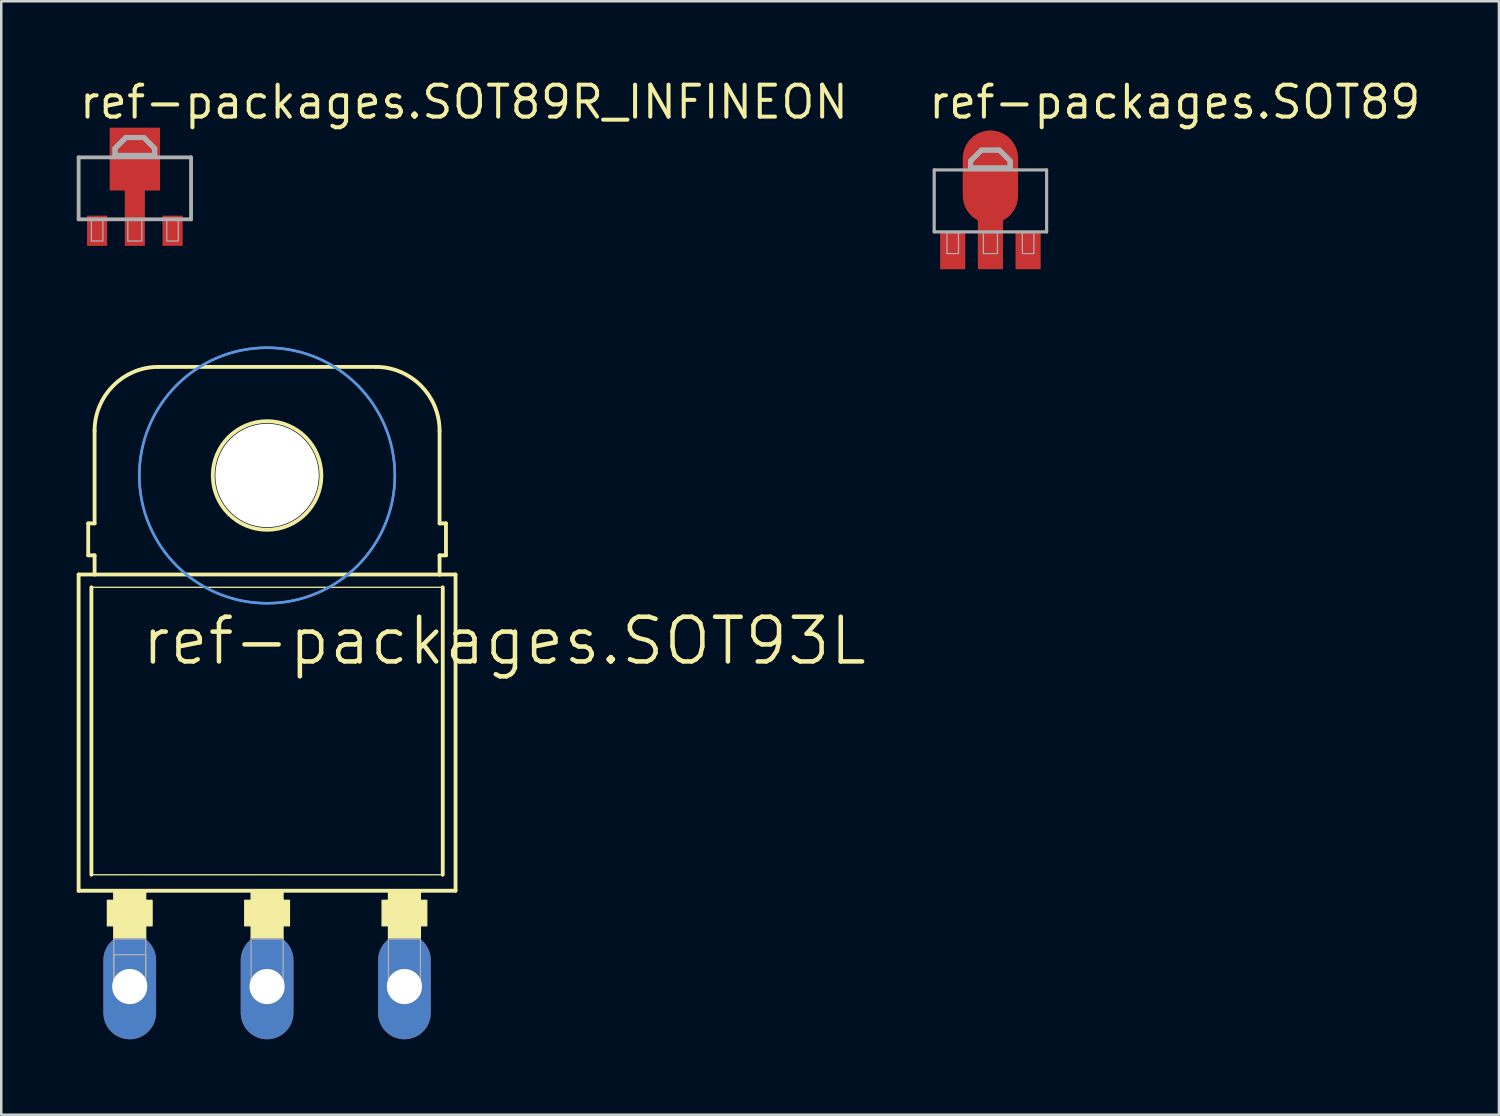
<source format=kicad_pcb>
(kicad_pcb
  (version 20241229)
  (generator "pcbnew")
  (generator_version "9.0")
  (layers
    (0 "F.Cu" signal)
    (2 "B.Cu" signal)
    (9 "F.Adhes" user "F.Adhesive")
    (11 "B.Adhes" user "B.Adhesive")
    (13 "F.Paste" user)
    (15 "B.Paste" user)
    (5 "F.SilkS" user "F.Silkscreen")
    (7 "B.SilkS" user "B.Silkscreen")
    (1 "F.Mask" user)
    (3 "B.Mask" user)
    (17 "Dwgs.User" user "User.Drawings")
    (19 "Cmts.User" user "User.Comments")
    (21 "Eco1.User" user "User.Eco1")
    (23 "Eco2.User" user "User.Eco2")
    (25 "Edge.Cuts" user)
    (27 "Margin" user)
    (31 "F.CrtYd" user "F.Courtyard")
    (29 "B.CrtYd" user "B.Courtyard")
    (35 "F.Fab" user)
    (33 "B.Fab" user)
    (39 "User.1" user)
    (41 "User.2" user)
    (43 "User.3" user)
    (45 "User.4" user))
  (footprint "ref-packages.SOT89"
    (layer "F.Cu")
    (at 36.328 4.925)
    (property "Reference" "ref-packages.SOT89" (at -2.54 -3.175 0) (layer "F.SilkS") (effects (font (size 1.27 1.27) (thickness 0.16)) (justify left bottom)))
    (attr smd)
    (fp_rect (start -2.025 2.775) (end -0.975 1.2) (stroke (width 0.05) (type default)) (fill yes) (layer "F.Mask"))
    (fp_rect (start -0.525 2.775) (end 0.525 1.2) (stroke (width 0.05) (type default)) (fill yes) (layer "F.Mask"))
    (fp_rect (start 0.975 2.775) (end 2.025 1.2) (stroke (width 0.05) (type default)) (fill yes) (layer "F.Mask"))
    (fp_rect (start -1.9 2.68) (end -1.1 1.28) (stroke (width 0.05) (type default)) (fill yes) (layer "F.Paste"))
    (fp_rect (start -0.4 2.68) (end 0.4 1.28) (stroke (width 0.05) (type default)) (fill yes) (layer "F.Paste"))
    (fp_rect (start 1.1 2.68) (end 1.9 1.28) (stroke (width 0.05) (type default)) (fill yes) (layer "F.Paste"))
    (fp_line (start -2.235 -1.219) (end 2.235 -1.219) (stroke (width 0.127) (type default)) (layer "F.Fab"))
    (fp_line (start -2.235 1.245) (end -2.235 -1.219) (stroke (width 0.127) (type default)) (layer "F.Fab"))
    (fp_line (start -0.787 -1.575) (end -0.356 -2.007) (stroke (width 0.2) (type default)) (layer "F.Fab"))
    (fp_line (start -0.787 -1.295) (end -0.787 -1.575) (stroke (width 0.2) (type default)) (layer "F.Fab"))
    (fp_line (start -0.356 -2.007) (end 0.356 -2.007) (stroke (width 0.2) (type default)) (layer "F.Fab"))
    (fp_line (start 0.356 -2.007) (end 0.787 -1.575) (stroke (width 0.2) (type default)) (layer "F.Fab"))
    (fp_line (start 0.787 -1.575) (end 0.787 -1.295) (stroke (width 0.2) (type default)) (layer "F.Fab"))
    (fp_line (start 0.787 -1.295) (end -0.787 -1.295) (stroke (width 0.2) (type default)) (layer "F.Fab"))
    (fp_line (start 2.235 -1.219) (end 2.235 1.245) (stroke (width 0.127) (type default)) (layer "F.Fab"))
    (fp_line (start 2.235 1.245) (end -2.235 1.245) (stroke (width 0.127) (type default)) (layer "F.Fab"))
    (fp_rect (start -1.727 2.108) (end -1.27 1.27) (stroke (width 0.05) (type default)) (fill no) (layer "F.Fab"))
    (fp_rect (start -0.279 2.108) (end 0.279 1.27) (stroke (width 0.05) (type default)) (fill no) (layer "F.Fab"))
    (fp_rect (start 1.27 2.108) (end 1.727 1.27) (stroke (width 0.05) (type default)) (fill no) (layer "F.Fab"))
    (fp_poly (pts (xy -0.787 -1.321) (xy -0.787 -1.575) (xy -0.356 -2.007) (xy 0.305 -2.007) (xy 0.356 -2.007) (xy 0.787 -1.575) (xy 0.787 -1.295) (xy -0.787 -1.295)) (stroke (width 0.2) (type default)) (fill no) (layer "F.Fab"))
    (pad "1" smd roundrect (at -1.499 1.981) (size 1 1.5) (layers "F.Cu" "F.Mask" "F.Paste") (roundrect_rratio 0.01))
    (pad "2" smd roundrect (at 0 1.727) (size 1 2) (layers "F.Cu" "F.Mask" "F.Paste") (roundrect_rratio 0.01))
    (pad "2@1" smd roundrect (at 0 -0.94) (size 2.2 3.7) (layers "F.Cu" "F.Mask" "F.Paste") (roundrect_rratio 0.5))
    (pad "3" smd roundrect (at 1.499 1.981) (size 1 1.5) (layers "F.Cu" "F.Mask" "F.Paste") (roundrect_rratio 0.01)))
  (footprint "ref-packages.SOT89R_INFINEON"
    (layer "F.Cu")
    (at 2.311 4.525)
    (property "Reference" "ref-packages.SOT89R_INFINEON" (at -2.29 -2.775 0) (layer "F.SilkS") (effects (font (size 1.27 1.27) (thickness 0.16)) (justify left bottom)))
    (attr smd)
    (fp_rect (start -0.5 2.3) (end 0.5 0.9) (stroke (width 0.05) (type default)) (fill yes) (layer "F.Mask"))
    (fp_rect (start -0.4 2.2) (end 0.4 1) (stroke (width 0.05) (type default)) (fill yes) (layer "F.Paste"))
    (fp_line (start -2.235 -1.319) (end 2.235 -1.319) (stroke (width 0.152) (type default)) (layer "F.Fab"))
    (fp_line (start -2.235 1.145) (end -2.235 -1.319) (stroke (width 0.152) (type default)) (layer "F.Fab"))
    (fp_line (start -0.787 -1.675) (end -0.356 -2.107) (stroke (width 0.203) (type default)) (layer "F.Fab"))
    (fp_line (start -0.787 -1.395) (end -0.787 -1.675) (stroke (width 0.203) (type default)) (layer "F.Fab"))
    (fp_line (start -0.356 -2.107) (end 0.356 -2.107) (stroke (width 0.203) (type default)) (layer "F.Fab"))
    (fp_line (start 0.356 -2.107) (end 0.787 -1.675) (stroke (width 0.203) (type default)) (layer "F.Fab"))
    (fp_line (start 0.787 -1.675) (end 0.787 -1.395) (stroke (width 0.203) (type default)) (layer "F.Fab"))
    (fp_line (start 0.787 -1.395) (end -0.787 -1.395) (stroke (width 0.203) (type default)) (layer "F.Fab"))
    (fp_line (start 2.235 -1.319) (end 2.235 1.145) (stroke (width 0.152) (type default)) (layer "F.Fab"))
    (fp_line (start 2.235 1.145) (end -2.235 1.145) (stroke (width 0.152) (type default)) (layer "F.Fab"))
    (fp_rect (start -1.727 2.008) (end -1.27 1.17) (stroke (width 0.05) (type default)) (fill no) (layer "F.Fab"))
    (fp_rect (start -0.279 2.008) (end 0.279 1.17) (stroke (width 0.05) (type default)) (fill no) (layer "F.Fab"))
    (fp_rect (start 1.27 2.008) (end 1.727 1.17) (stroke (width 0.05) (type default)) (fill no) (layer "F.Fab"))
    (fp_poly (pts (xy -0.787 -1.395) (xy -0.787 -1.675) (xy -0.356 -2.107) (xy 0.356 -2.107) (xy 0.787 -1.675) (xy 0.787 -1.395)) (stroke (width 0.2) (type default)) (fill no) (layer "F.Fab"))
    (pad "1" smd roundrect (at -1.5 1.6) (size 0.8 1.2) (layers "F.Cu" "F.Mask" "F.Paste") (roundrect_rratio 0.01))
    (pad "2" smd roundrect (at 0 1.05) (size 0.8 2.3) (layers "F.Cu" "F.Mask" "F.Paste") (roundrect_rratio 0.01))
    (pad "3" smd roundrect (at 1.5 1.6) (size 0.8 1.2) (layers "F.Cu" "F.Mask" "F.Paste") (roundrect_rratio 0.01))
    (pad "4" smd roundrect (at 0 -1.25) (size 2 2.5) (layers "F.Cu" "F.Mask" "F.Paste") (roundrect_rratio 0.01)))
  (footprint "ref-packages.SOT93L"
    (layer "F.Cu")
    (at 7.569 26.015)
    (property "Reference" "ref-packages.SOT93L" (at -5.08 -2.54 0) (layer "F.SilkS") (effects (font (size 1.778 1.778) (thickness 0.18)) (justify left bottom)))
    (attr through_hole)
    (fp_line (start -7.493 6.35) (end -7.493 -6.223) (stroke (width 0.152) (type default)) (layer "F.SilkS"))
    (fp_line (start -7.493 6.35) (end 7.493 6.35) (stroke (width 0.152) (type default)) (layer "F.SilkS"))
    (fp_line (start -7.112 -6.985) (end -7.112 -8.255) (stroke (width 0.152) (type default)) (layer "F.SilkS"))
    (fp_line (start -6.985 5.715) (end -6.985 -5.715) (stroke (width 0.152) (type default)) (layer "F.SilkS"))
    (fp_line (start -6.985 5.715) (end 6.985 5.715) (stroke (width 0.051) (type default)) (layer "F.SilkS"))
    (fp_line (start -6.858 -8.255) (end -7.112 -8.255) (stroke (width 0.152) (type default)) (layer "F.SilkS"))
    (fp_line (start -6.858 -8.255) (end -6.858 -11.938) (stroke (width 0.152) (type default)) (layer "F.SilkS"))
    (fp_line (start -6.858 -6.985) (end -7.112 -6.985) (stroke (width 0.152) (type default)) (layer "F.SilkS"))
    (fp_line (start -6.858 -6.223) (end -7.493 -6.223) (stroke (width 0.152) (type default)) (layer "F.SilkS"))
    (fp_line (start -6.858 -6.223) (end -6.858 -6.985) (stroke (width 0.152) (type default)) (layer "F.SilkS"))
    (fp_line (start 4.318 -14.478) (end -4.318 -14.478) (stroke (width 0.152) (type default)) (layer "F.SilkS"))
    (fp_line (start 6.858 -8.255) (end 6.858 -11.938) (stroke (width 0.152) (type default)) (layer "F.SilkS"))
    (fp_line (start 6.858 -8.255) (end 7.112 -8.255) (stroke (width 0.152) (type default)) (layer "F.SilkS"))
    (fp_line (start 6.858 -6.985) (end 7.112 -6.985) (stroke (width 0.152) (type default)) (layer "F.SilkS"))
    (fp_line (start 6.858 -6.223) (end -6.858 -6.223) (stroke (width 0.152) (type default)) (layer "F.SilkS"))
    (fp_line (start 6.858 -6.223) (end 6.858 -6.985) (stroke (width 0.152) (type default)) (layer "F.SilkS"))
    (fp_line (start 6.985 -5.715) (end -6.985 -5.715) (stroke (width 0.051) (type default)) (layer "F.SilkS"))
    (fp_line (start 6.985 -5.715) (end 6.985 5.715) (stroke (width 0.152) (type default)) (layer "F.SilkS"))
    (fp_line (start 7.112 -6.985) (end 7.112 -8.255) (stroke (width 0.152) (type default)) (layer "F.SilkS"))
    (fp_line (start 7.493 -6.223) (end 6.858 -6.223) (stroke (width 0.152) (type default)) (layer "F.SilkS"))
    (fp_line (start 7.493 -6.223) (end 7.493 6.35) (stroke (width 0.152) (type default)) (layer "F.SilkS"))
    (fp_rect (start -6.35 7.747) (end -4.572 6.731) (stroke (width 0.05) (type default)) (fill yes) (layer "F.SilkS"))
    (fp_rect (start -6.096 8.255) (end -4.826 6.35) (stroke (width 0.05) (type default)) (fill yes) (layer "F.SilkS"))
    (fp_rect (start -0.889 7.747) (end 0.889 6.731) (stroke (width 0.05) (type default)) (fill yes) (layer "F.SilkS"))
    (fp_rect (start -0.635 8.255) (end 0.635 6.35) (stroke (width 0.05) (type default)) (fill yes) (layer "F.SilkS"))
    (fp_rect (start 4.572 7.747) (end 6.35 6.731) (stroke (width 0.05) (type default)) (fill yes) (layer "F.SilkS"))
    (fp_rect (start 4.826 8.255) (end 6.096 6.35) (stroke (width 0.05) (type default)) (fill yes) (layer "F.SilkS"))
    (fp_arc (start -6.858 -11.938) (mid -6.114051 -13.734051) (end -4.318 -14.478) (stroke (width 0.1524) (type default)) (layer "F.SilkS"))
    (fp_arc (start 4.318 -14.478) (mid 6.114051 -13.734051) (end 6.858 -11.938) (stroke (width 0.1524) (type default)) (layer "F.SilkS"))
    (fp_circle (center 0 -10.16) (end 2.159 -10.16) (stroke (width 0.152) (type default)) (fill no) (layer "F.SilkS"))
    (fp_circle (center 0 -10.16) (end 5.08 -10.16) (stroke (width 0.1) (type default)) (fill no) (layer "Cmts.User"))
    (fp_circle (center 0 -10.16) (end 5.08 -10.16) (stroke (width 0.1) (type default)) (fill no) (layer "Cmts.User"))
    (fp_rect (start -6.096 9.779) (end -4.826 8.89) (stroke (width 0.05) (type default)) (fill no) (layer "F.Fab"))
    (fp_rect (start -6.096 10.16) (end -4.826 8.255) (stroke (width 0.05) (type default)) (fill no) (layer "F.Fab"))
    (fp_rect (start -0.635 10.16) (end 0.635 8.255) (stroke (width 0.05) (type default)) (fill no) (layer "F.Fab"))
    (fp_rect (start 4.826 10.16) (end 6.096 8.255) (stroke (width 0.05) (type default)) (fill no) (layer "F.Fab"))
    (pad "" np_thru_hole circle (at 0 -10.16) (size 4.115 4.115) (drill 4.115) (layers "*.Cu" "*.Mask"))
    (pad "A" thru_hole oval (at 0 10.16 90) (size 4.191 2.095) (drill 1.397) (layers "*.Cu" "*.Mask"))
    (pad "C" thru_hole oval (at -5.461 10.16 90) (size 4.191 2.095) (drill 1.397) (layers "*.Cu" "*.Mask"))
    (pad "G" thru_hole oval (at 5.461 10.16 90) (size 4.191 2.095) (drill 1.397) (layers "*.Cu" "*.Mask")))
  (gr_rect
    (start -3 -3)
    (end 56.547 41.27)
    (stroke (width 0.1) (type default))
    (fill no)
    (layer "Edge.Cuts")))
</source>
